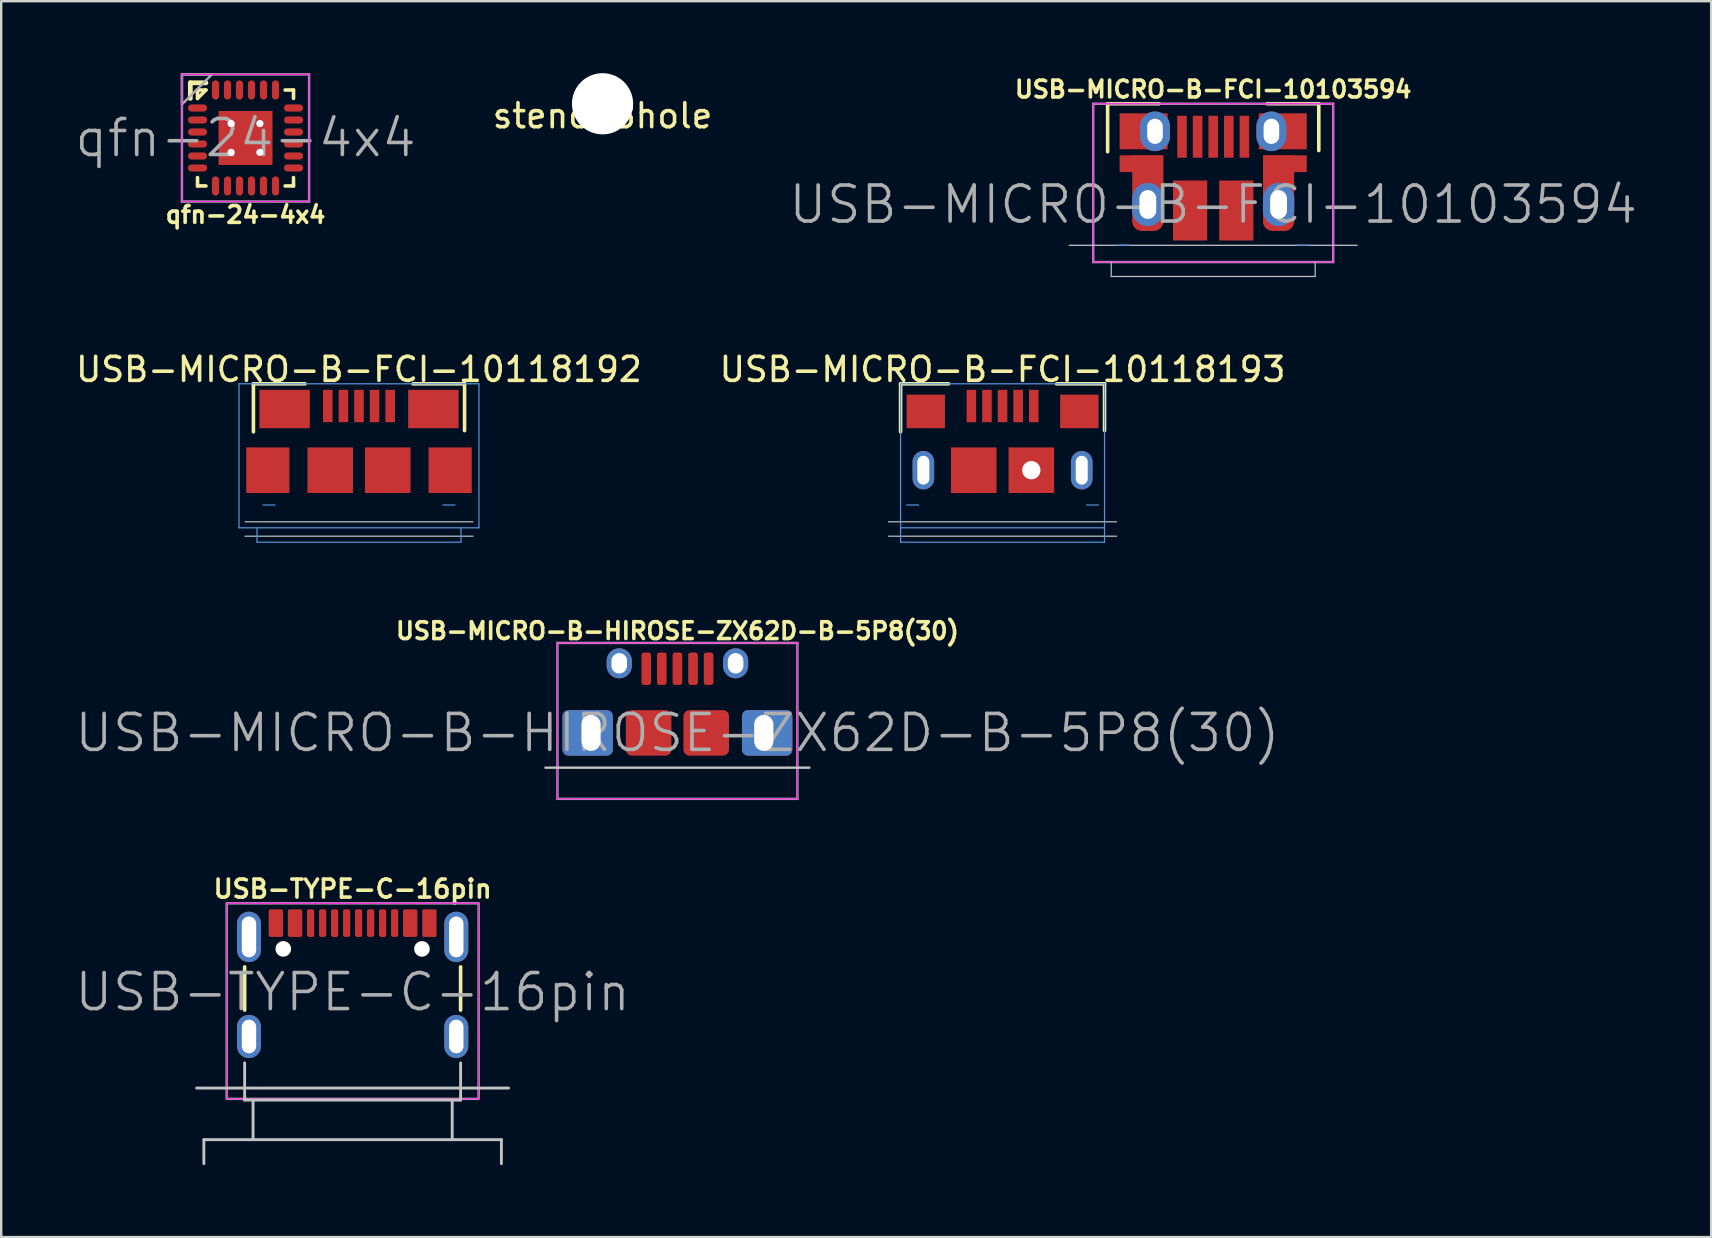
<source format=kicad_pcb>
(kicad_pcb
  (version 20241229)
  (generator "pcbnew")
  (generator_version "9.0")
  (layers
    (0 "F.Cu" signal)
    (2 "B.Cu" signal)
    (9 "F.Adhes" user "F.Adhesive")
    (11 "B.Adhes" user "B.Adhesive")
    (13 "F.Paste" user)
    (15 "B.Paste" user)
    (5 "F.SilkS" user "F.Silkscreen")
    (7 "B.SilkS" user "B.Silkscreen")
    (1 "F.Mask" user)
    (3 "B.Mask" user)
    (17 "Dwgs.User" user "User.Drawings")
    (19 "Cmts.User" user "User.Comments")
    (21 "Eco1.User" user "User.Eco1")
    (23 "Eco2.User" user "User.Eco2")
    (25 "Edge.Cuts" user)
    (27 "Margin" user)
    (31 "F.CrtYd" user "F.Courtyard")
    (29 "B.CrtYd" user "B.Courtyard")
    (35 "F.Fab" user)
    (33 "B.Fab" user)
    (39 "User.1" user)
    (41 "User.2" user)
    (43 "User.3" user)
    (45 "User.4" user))
  (footprint "USB-MICRO-B-FCI-10103594"
    (layer "F.Cu")
    (at 47.511 5.473)
    (property "Reference" "USB-MICRO-B-FCI-10103594" (at 0 -4.8 0) (layer "F.SilkS") (effects (font (size 0.7 0.7) (thickness 0.15))))
    (attr through_hole)
    (fp_line (start -4.4 -4.2) (end -2.25 -4.2) (stroke (width 0.15) (type solid)) (layer "F.SilkS"))
    (fp_line (start -4.4 -2.2) (end -4.4 -4.2) (stroke (width 0.15) (type solid)) (layer "F.SilkS"))
    (fp_line (start 2.25 -4.2) (end 4.4 -4.2) (stroke (width 0.15) (type solid)) (layer "F.SilkS"))
    (fp_line (start 4.4 -4.2) (end 4.4 -2.25) (stroke (width 0.15) (type solid)) (layer "F.SilkS"))
    (fp_line (start -4.25 3) (end -4.25 2.4) (stroke (width 0.05) (type solid)) (layer "Dwgs.User"))
    (fp_line (start 4.25 2.4) (end 4.25 3) (stroke (width 0.05) (type solid)) (layer "Dwgs.User"))
    (fp_line (start 4.25 3) (end -4.25 3) (stroke (width 0.05) (type solid)) (layer "Dwgs.User"))
    (fp_line (start 6 1.7) (end -6 1.7) (stroke (width 0.05) (type solid)) (layer "Dwgs.User"))
    (fp_line (start -4 1.7) (end -3.5 1.7) (stroke (width 0.05) (type solid)) (layer "Cmts.User"))
    (fp_line (start 4 1.7) (end 3.5 1.7) (stroke (width 0.05) (type solid)) (layer "Cmts.User"))
    (fp_line (start -5 -4.2) (end -5 2.4) (stroke (width 0.05) (type solid)) (layer "F.CrtYd"))
    (fp_line (start 5 -4.2) (end -5 -4.2) (stroke (width 0.05) (type solid)) (layer "F.CrtYd"))
    (fp_line (start 5 -4.2) (end 5 2.4) (stroke (width 0.05) (type solid)) (layer "F.CrtYd"))
    (fp_line (start 5 2.4) (end -5 2.4) (stroke (width 0.05) (type solid)) (layer "F.CrtYd"))
    (fp_line (start -5 -4.2) (end 5 -4.2) (stroke (width 0.1) (type solid)) (layer "F.Fab"))
    (fp_line (start -5 2.4) (end -5 -4.2) (stroke (width 0.1) (type solid)) (layer "F.Fab"))
    (fp_line (start 5 -4.2) (end 5 2.4) (stroke (width 0.1) (type solid)) (layer "F.Fab"))
    (fp_line (start 5 2.4) (end -5 2.4) (stroke (width 0.1) (type solid)) (layer "F.Fab"))
    (fp_text user "${REFERENCE}" (at 0 0 0) (layer "F.Fab") (effects (font (size 1.5 1.5) (thickness 0.15))))
    (pad "" smd rect (at -3 -1.7) (size 1.8 0.7) (layers "F.Cu" "F.Mask" "F.Paste"))
    (pad "" smd rect (at -2.725 -0.675) (size 1.3 2.75) (layers "F.Cu" "F.Mask" "F.Paste"))
    (pad "" thru_hole oval (at -2.725 0) (size 1.3 1.8) (drill oval 0.7 1.2) (layers "*.Cu" "*.Mask" "F.Paste"))
    (pad "" smd oval (at -2.725 0.7) (size 1.3 0.8) (layers "F.Cu" "F.Mask" "F.Paste"))
    (pad "" smd rect (at -0.963 0.25) (size 1.425 2.5) (layers "F.Cu" "F.Mask" "F.Paste"))
    (pad "" smd rect (at 0.963 0.25) (size 1.425 2.5) (layers "F.Cu" "F.Mask" "F.Paste"))
    (pad "" smd rect (at 2.725 -0.675) (size 1.3 2.75) (layers "F.Cu" "F.Mask" "F.Paste"))
    (pad "" thru_hole oval (at 2.725 0) (size 1.3 1.8) (drill oval 0.7 1.2) (layers "*.Cu" "*.Mask" "F.Paste"))
    (pad "" smd oval (at 2.725 0.7) (size 1.3 0.8) (layers "F.Cu" "F.Mask" "F.Paste"))
    (pad "" smd rect (at 3 -1.7) (size 1.8 0.7) (layers "F.Cu" "F.Mask" "F.Paste"))
    (pad "1" smd rect (at -1.3 -2.825) (size 0.4 1.75) (layers "F.Cu" "F.Mask" "F.Paste"))
    (pad "2" smd rect (at -0.65 -2.825) (size 0.4 1.75) (layers "F.Cu" "F.Mask" "F.Paste"))
    (pad "3" smd rect (at 0 -2.825) (size 0.4 1.75) (layers "F.Cu" "F.Mask" "F.Paste"))
    (pad "4" smd rect (at 0.65 -2.825) (size 0.4 1.75) (layers "F.Cu" "F.Mask" "F.Paste"))
    (pad "5" smd rect (at 1.3 -2.825) (size 0.4 1.75) (layers "F.Cu" "F.Mask" "F.Paste"))
    (pad "SHIE" smd rect (at -2.9 -3.05) (size 2 1.5) (layers "F.Cu" "F.Mask" "F.Paste"))
    (pad "SHIE" thru_hole oval (at -2.425 -3.05) (size 1.25 1.65) (drill oval 0.65 1.05) (layers "B.Cu" "B.Mask"))
    (pad "SHIE" thru_hole oval (at 2.425 -3.05) (size 1.25 1.65) (drill oval 0.65 1.05) (layers "B.Cu" "B.Mask"))
    (pad "SHIE" smd rect (at 2.9 -3.05) (size 2 1.5) (layers "F.Cu" "F.Mask" "F.Paste")))
  (footprint "USB-MICRO-B-HIROSE-ZX62D-B-5P8(30)"
    (layer "F.Cu")
    (at 25.182 27.494)
    (property "Reference" "USB-MICRO-B-HIROSE-ZX62D-B-5P8(30)" (at 0 -4.25 0) (layer "F.SilkS") (effects (font (size 0.7 0.7) (thickness 0.15))))
    (attr through_hole)
    (fp_line (start -5.5 1.45) (end 5.5 1.45) (stroke (width 0.1) (type solid)) (layer "Dwgs.User"))
    (fp_line (start -5 -3.75) (end 5 -3.75) (stroke (width 0.05) (type solid)) (layer "F.CrtYd"))
    (fp_line (start -5 2.75) (end -5 -3.75) (stroke (width 0.05) (type solid)) (layer "F.CrtYd"))
    (fp_line (start 5 -3.75) (end 5 2.75) (stroke (width 0.05) (type solid)) (layer "F.CrtYd"))
    (fp_line (start 5 2.75) (end -5 2.75) (stroke (width 0.05) (type solid)) (layer "F.CrtYd"))
    (fp_line (start -5 -3.75) (end 5 -3.75) (stroke (width 0.1) (type solid)) (layer "F.Fab"))
    (fp_line (start -5 2.75) (end -5 -3.75) (stroke (width 0.1) (type solid)) (layer "F.Fab"))
    (fp_line (start 5 -3.75) (end 5 2.75) (stroke (width 0.1) (type solid)) (layer "F.Fab"))
    (fp_line (start 5 2.75) (end -5 2.75) (stroke (width 0.1) (type solid)) (layer "F.Fab"))
    (fp_text user "${REFERENCE}" (at 0 0 0) (layer "F.Fab") (effects (font (size 1.5 1.5) (thickness 0.15))))
    (pad "" thru_hole oval (at -2.425 -2.9) (size 1.05 1.25) (drill oval 0.65 0.85) (layers "*.Cu" "*.Mask" "F.Paste"))
    (pad "" thru_hole oval (at 2.425 -2.9) (size 1.05 1.25) (drill oval 0.65 0.85) (layers "*.Cu" "*.Mask" "F.Paste"))
    (pad "1" smd roundrect (at -1.3 -2.675) (size 0.4 1.35) (layers "F.Cu" "F.Mask" "F.Paste") (roundrect_rratio 0.25))
    (pad "2" smd roundrect (at -0.65 -2.675) (size 0.4 1.35) (layers "F.Cu" "F.Mask" "F.Paste") (roundrect_rratio 0.25))
    (pad "3" smd roundrect (at 0 -2.675) (size 0.4 1.35) (layers "F.Cu" "F.Mask" "F.Paste") (roundrect_rratio 0.25))
    (pad "4" smd roundrect (at 0.65 -2.675) (size 0.4 1.35) (layers "F.Cu" "F.Mask" "F.Paste") (roundrect_rratio 0.25))
    (pad "5" smd roundrect (at 1.3 -2.675) (size 0.4 1.35) (layers "F.Cu" "F.Mask" "F.Paste") (roundrect_rratio 0.25))
    (pad "SHIE" thru_hole roundrect (at -3.6 0) (size 2.1 1.9) (drill oval 0.8 1.5 (offset -0.14 0)) (layers "*.Cu" "*.Mask" "F.Paste") (roundrect_rratio 0.132))
    (pad "SHIE" smd roundrect (at -1.2 0) (size 1.9 1.9) (layers "F.Cu" "F.Mask" "F.Paste") (roundrect_rratio 0.132))
    (pad "SHIE" smd roundrect (at 1.2 0) (size 1.9 1.9) (layers "F.Cu" "F.Mask" "F.Paste") (roundrect_rratio 0.132))
    (pad "SHIE" thru_hole roundrect (at 3.6 0 180) (size 2.1 1.9) (drill oval 0.8 1.5 (offset -0.14 0)) (layers "*.Cu" "*.Mask" "F.Paste") (roundrect_rratio 0.132)))
  (footprint "qfn-24-4x4"
    (layer "F.Cu")
    (at 7.182 2.7)
    (property "Reference" "qfn-24-4x4" (at 0 3.2 0) (layer "F.SilkS") (effects (font (size 0.7 0.7) (thickness 0.15))))
    (attr through_hole)
    (fp_line (start -2.3 -1.65) (end -2.3 -2.3) (stroke (width 0.2) (type solid)) (layer "F.SilkS"))
    (fp_line (start -2 -1.65) (end -2 -2) (stroke (width 0.15) (type solid)) (layer "F.SilkS"))
    (fp_line (start -2 -1.65) (end -1.65 -2) (stroke (width 0.15) (type solid)) (layer "F.SilkS"))
    (fp_line (start -2 1.65) (end -2 2) (stroke (width 0.15) (type solid)) (layer "F.SilkS"))
    (fp_line (start -1.65 -2.3) (end -2.3 -2.3) (stroke (width 0.2) (type solid)) (layer "F.SilkS"))
    (fp_line (start -1.65 -2) (end -2 -2) (stroke (width 0.15) (type solid)) (layer "F.SilkS"))
    (fp_line (start -1.65 2) (end -2 2) (stroke (width 0.15) (type solid)) (layer "F.SilkS"))
    (fp_line (start 1.65 -2) (end 2 -2) (stroke (width 0.15) (type solid)) (layer "F.SilkS"))
    (fp_line (start 1.65 2) (end 2 2) (stroke (width 0.15) (type solid)) (layer "F.SilkS"))
    (fp_line (start 2 -1.65) (end 2 -2) (stroke (width 0.15) (type solid)) (layer "F.SilkS"))
    (fp_line (start 2 1.65) (end 2 2) (stroke (width 0.15) (type solid)) (layer "F.SilkS"))
    (fp_line (start -2.65 -2.65) (end -2.65 2.65) (stroke (width 0.05) (type solid)) (layer "F.CrtYd"))
    (fp_line (start -2.65 2.65) (end 2.65 2.65) (stroke (width 0.05) (type solid)) (layer "F.CrtYd"))
    (fp_line (start 2.65 -2.65) (end -2.65 -2.65) (stroke (width 0.05) (type solid)) (layer "F.CrtYd"))
    (fp_line (start 2.65 2.65) (end 2.65 -2.65) (stroke (width 0.05) (type solid)) (layer "F.CrtYd"))
    (fp_line (start -2.65 -2.65) (end -2.65 2.65) (stroke (width 0.1) (type solid)) (layer "F.Fab"))
    (fp_line (start -2.65 2.65) (end 2.65 2.65) (stroke (width 0.1) (type solid)) (layer "F.Fab"))
    (fp_line (start 2.65 -2.65) (end -2.65 -2.65) (stroke (width 0.1) (type solid)) (layer "F.Fab"))
    (fp_line (start 2.65 2.65) (end 2.65 -2.65) (stroke (width 0.1) (type solid)) (layer "F.Fab"))
    (fp_poly (pts (xy -2.65 -2.65) (xy -1.4 -2.65) (xy -2.65 -1.4)) (stroke (width 0.1) (type solid)) (fill no) (layer "F.Fab"))
    (fp_text user "${REFERENCE}" (at 0 0 0) (layer "F.Fab") (effects (font (size 1.5 1.5) (thickness 0.15))))
    (pad "1" smd oval (at -2 -1.25) (size 0.8 0.3) (layers "F.Cu" "F.Mask" "F.Paste"))
    (pad "2" smd oval (at -2 -0.75) (size 0.8 0.3) (layers "F.Cu" "F.Mask" "F.Paste"))
    (pad "3" smd oval (at -2 -0.25) (size 0.8 0.3) (layers "F.Cu" "F.Mask" "F.Paste"))
    (pad "4" smd oval (at -2 0.25) (size 0.8 0.3) (layers "F.Cu" "F.Mask" "F.Paste"))
    (pad "5" smd oval (at -2 0.75) (size 0.8 0.3) (layers "F.Cu" "F.Mask" "F.Paste"))
    (pad "6" smd oval (at -2 1.25) (size 0.8 0.3) (layers "F.Cu" "F.Mask" "F.Paste"))
    (pad "7" smd oval (at -1.25 2 90) (size 0.8 0.3) (layers "F.Cu" "F.Mask" "F.Paste"))
    (pad "8" smd oval (at -0.75 2 90) (size 0.8 0.3) (layers "F.Cu" "F.Mask" "F.Paste"))
    (pad "9" smd oval (at -0.25 2 90) (size 0.8 0.3) (layers "F.Cu" "F.Mask" "F.Paste"))
    (pad "10" smd oval (at 0.25 2 90) (size 0.8 0.3) (layers "F.Cu" "F.Mask" "F.Paste"))
    (pad "11" smd oval (at 0.75 2 90) (size 0.8 0.3) (layers "F.Cu" "F.Mask" "F.Paste"))
    (pad "12" smd oval (at 1.25 2 90) (size 0.8 0.3) (layers "F.Cu" "F.Mask" "F.Paste"))
    (pad "13" smd oval (at 2 1.25) (size 0.8 0.3) (layers "F.Cu" "F.Mask" "F.Paste"))
    (pad "14" smd oval (at 2 0.75) (size 0.8 0.3) (layers "F.Cu" "F.Mask" "F.Paste"))
    (pad "15" smd oval (at 2 0.25) (size 0.8 0.3) (layers "F.Cu" "F.Mask" "F.Paste"))
    (pad "16" smd oval (at 2 -0.25) (size 0.8 0.3) (layers "F.Cu" "F.Mask" "F.Paste"))
    (pad "17" smd oval (at 2 -0.75) (size 0.8 0.3) (layers "F.Cu" "F.Mask" "F.Paste"))
    (pad "18" smd oval (at 2 -1.25) (size 0.8 0.3) (layers "F.Cu" "F.Mask" "F.Paste"))
    (pad "19" smd oval (at 1.25 -2 90) (size 0.8 0.3) (layers "F.Cu" "F.Mask" "F.Paste"))
    (pad "20" smd oval (at 0.75 -2 90) (size 0.8 0.3) (layers "F.Cu" "F.Mask" "F.Paste"))
    (pad "21" smd oval (at 0.25 -2 90) (size 0.8 0.3) (layers "F.Cu" "F.Mask" "F.Paste"))
    (pad "22" smd oval (at -0.25 -2 90) (size 0.8 0.3) (layers "F.Cu" "F.Mask" "F.Paste"))
    (pad "23" smd oval (at -0.75 -2 90) (size 0.8 0.3) (layers "F.Cu" "F.Mask" "F.Paste"))
    (pad "24" smd oval (at -1.25 -2 90) (size 0.8 0.3) (layers "F.Cu" "F.Mask" "F.Paste"))
    (pad "FLAG" thru_hole circle (at -0.6 -0.6) (size 0.3 0.3) (drill 0.3) (layers "*.Cu"))
    (pad "FLAG" thru_hole circle (at -0.6 0.6) (size 0.3 0.3) (drill 0.3) (layers "*.Cu"))
    (pad "FLAG" smd rect (at -0.548 -0.548) (size 0.795 0.795) (layers "F.Cu" "F.Paste"))
    (pad "FLAG" smd rect (at -0.548 0.548) (size 0.795 0.795) (layers "F.Cu" "F.Paste"))
    (pad "FLAG" smd rect (at 0 0) (size 2.25 2.25) (layers "F.Cu" "F.Mask"))
    (pad "FLAG" smd rect (at 0.548 -0.548) (size 0.795 0.795) (layers "F.Cu" "F.Paste"))
    (pad "FLAG" smd rect (at 0.548 0.548) (size 0.795 0.795) (layers "F.Cu" "F.Paste"))
    (pad "FLAG" thru_hole circle (at 0.6 -0.6) (size 0.3 0.3) (drill 0.3) (layers "*.Cu"))
    (pad "FLAG" thru_hole circle (at 0.6 0.6) (size 0.3 0.3) (drill 0.3) (layers "*.Cu")))
  (footprint "stencil8hole"
    (layer "F.Cu")
    (at 22.061 1.275)
    (property "Reference" "stencil8hole" (at 0 0.5 0) (layer "F.SilkS") (effects (font (size 1 1) (thickness 0.15))))
    (attr through_hole)
    (pad "" np_thru_hole circle (at 0 0) (size 2.55 2.55) (drill 2.55) (layers "*.Cu" "*.Paste" "*.Mask")))
  (footprint "USB-MICRO-B-FCI-10118192"
    (layer "F.Cu")
    (at 11.911 16.546)
    (property "Reference" "USB-MICRO-B-FCI-10118192" (at 0 -4.2 0) (layer "F.SilkS") (effects (font (size 1 1) (thickness 0.15))))
    (attr through_hole)
    (fp_line (start -4.4 -3.6) (end -2.25 -3.6) (stroke (width 0.15) (type solid)) (layer "F.SilkS"))
    (fp_line (start -4.4 -1.6) (end -4.4 -3.6) (stroke (width 0.15) (type solid)) (layer "F.SilkS"))
    (fp_line (start 2.25 -3.6) (end 4.4 -3.6) (stroke (width 0.15) (type solid)) (layer "F.SilkS"))
    (fp_line (start 4.4 -3.6) (end 4.4 -1.65) (stroke (width 0.15) (type solid)) (layer "F.SilkS"))
    (fp_line (start 4.75 2.15) (end -4.75 2.15) (stroke (width 0.05) (type solid)) (layer "Dwgs.User"))
    (fp_line (start 4.75 2.75) (end -4.75 2.75) (stroke (width 0.05) (type solid)) (layer "Dwgs.User"))
    (fp_line (start -5 -3.6) (end -5 2.4) (stroke (width 0.05) (type solid)) (layer "Cmts.User"))
    (fp_line (start -4.25 3) (end -4.25 2.4) (stroke (width 0.05) (type solid)) (layer "Cmts.User"))
    (fp_line (start -4 1.45) (end -3.5 1.45) (stroke (width 0.05) (type solid)) (layer "Cmts.User"))
    (fp_line (start 4 1.45) (end 3.5 1.45) (stroke (width 0.05) (type solid)) (layer "Cmts.User"))
    (fp_line (start 4.25 2.4) (end 4.25 3) (stroke (width 0.05) (type solid)) (layer "Cmts.User"))
    (fp_line (start 4.25 3) (end -4.25 3) (stroke (width 0.05) (type solid)) (layer "Cmts.User"))
    (fp_line (start 5 -3.6) (end -5 -3.6) (stroke (width 0.05) (type solid)) (layer "Cmts.User"))
    (fp_line (start 5 -3.6) (end 5 2.4) (stroke (width 0.05) (type solid)) (layer "Cmts.User"))
    (fp_line (start 5 2.4) (end -5 2.4) (stroke (width 0.05) (type solid)) (layer "Cmts.User"))
    (pad "" smd rect (at -3.8 0) (size 1.8 1.9) (layers "F.Cu" "F.Mask" "F.Paste"))
    (pad "" smd rect (at -1.2 0) (size 1.9 1.9) (layers "F.Cu" "F.Mask" "F.Paste"))
    (pad "" smd rect (at 1.2 0) (size 1.9 1.9) (layers "F.Cu" "F.Mask" "F.Paste"))
    (pad "" smd rect (at 3.8 0) (size 1.8 1.9) (layers "F.Cu" "F.Mask" "F.Paste"))
    (pad "1" smd rect (at -1.3 -2.675) (size 0.4 1.35) (layers "F.Cu" "F.Mask" "F.Paste"))
    (pad "2" smd rect (at -0.65 -2.675) (size 0.4 1.35) (layers "F.Cu" "F.Mask" "F.Paste"))
    (pad "3" smd rect (at 0 -2.675) (size 0.4 1.35) (layers "F.Cu" "F.Mask" "F.Paste"))
    (pad "4" smd rect (at 0.65 -2.675) (size 0.4 1.35) (layers "F.Cu" "F.Mask" "F.Paste"))
    (pad "5" smd rect (at 1.3 -2.675) (size 0.4 1.35) (layers "F.Cu" "F.Mask" "F.Paste"))
    (pad "SHIE" smd rect (at -3.1 -2.55) (size 2.1 1.6) (layers "F.Cu" "F.Mask" "F.Paste"))
    (pad "SHIE" smd rect (at 3.1 -2.55) (size 2.1 1.6) (layers "F.Cu" "F.Mask" "F.Paste")))
  (footprint "USB-TYPE-C-16pin"
    (layer "F.Cu")
    (at 11.646 38.296)
    (property "Reference" "USB-TYPE-C-16pin" (at 0 -4.3 0) (unlocked yes) (layer "F.SilkS") (effects (font (size 0.75 0.75) (thickness 0.15))))
    (attr smd)
    (fp_line (start -4.5 -1.05) (end -4.5 0.75) (stroke (width 0.15) (type solid)) (layer "F.SilkS"))
    (fp_line (start 4.5 -1.05) (end 4.5 0.75) (stroke (width 0.15) (type solid)) (layer "F.SilkS"))
    (fp_line (start -6.2 6.15) (end -6.2 7.15) (stroke (width 0.12) (type solid)) (layer "Dwgs.User"))
    (fp_line (start -6.2 6.15) (end 6.2 6.15) (stroke (width 0.12) (type solid)) (layer "Dwgs.User"))
    (fp_line (start -4.5 2.95) (end -4.5 4.5) (stroke (width 0.12) (type solid)) (layer "Dwgs.User"))
    (fp_line (start -4.5 4.5) (end 4.5 4.5) (stroke (width 0.12) (type solid)) (layer "Dwgs.User"))
    (fp_line (start -4.15 4.5) (end -4.15 6.15) (stroke (width 0.12) (type solid)) (layer "Dwgs.User"))
    (fp_line (start 4.15 4.5) (end 4.15 6.15) (stroke (width 0.12) (type solid)) (layer "Dwgs.User"))
    (fp_line (start 4.5 4.5) (end 4.5 2.95) (stroke (width 0.12) (type solid)) (layer "Dwgs.User"))
    (fp_line (start 6.2 6.15) (end 6.2 7.15) (stroke (width 0.12) (type solid)) (layer "Dwgs.User"))
    (fp_line (start 6.5 4) (end -6.5 4) (stroke (width 0.12) (type solid)) (layer "Dwgs.User"))
    (fp_rect (start -5.25 -3.7) (end 5.25 4.45) (stroke (width 0.05) (type solid)) (fill no) (layer "F.CrtYd"))
    (fp_rect (start -5.25 -3.7) (end 5.25 4.45) (stroke (width 0.1) (type solid)) (fill no) (layer "F.Fab"))
    (fp_text user "${REFERENCE}" (at 0 0 0) (unlocked yes) (layer "F.Fab") (effects (font (size 1.5 1.5) (thickness 0.15))))
    (pad "" np_thru_hole circle (at -2.89 -1.8 270) (size 0.65 0.65) (drill 0.65) (layers "*.Cu" "*.Mask"))
    (pad "" np_thru_hole circle (at 2.89 -1.8 90) (size 0.65 0.65) (drill 0.65) (layers "*.Cu" "*.Mask"))
    (pad "A5" smd roundrect (at -1.25 -2.875) (size 0.3 1.15) (layers "F.Cu" "F.Mask" "F.Paste") (roundrect_rratio 0.25))
    (pad "A6" smd roundrect (at -0.25 -2.875) (size 0.3 1.15) (layers "F.Cu" "F.Mask" "F.Paste") (roundrect_rratio 0.25))
    (pad "A7" smd roundrect (at 0.25 -2.875) (size 0.3 1.15) (layers "F.Cu" "F.Mask" "F.Paste") (roundrect_rratio 0.25))
    (pad "A8" smd roundrect (at 1.25 -2.875) (size 0.3 1.15) (layers "F.Cu" "F.Mask" "F.Paste") (roundrect_rratio 0.25))
    (pad "B5" smd roundrect (at 1.75 -2.875) (size 0.3 1.15) (layers "F.Cu" "F.Mask" "F.Paste") (roundrect_rratio 0.25))
    (pad "B6" smd roundrect (at 0.75 -2.875) (size 0.3 1.15) (layers "F.Cu" "F.Mask" "F.Paste") (roundrect_rratio 0.25))
    (pad "B7" smd roundrect (at -0.75 -2.875) (size 0.3 1.15) (layers "F.Cu" "F.Mask" "F.Paste") (roundrect_rratio 0.25))
    (pad "B8" smd roundrect (at -1.75 -2.875) (size 0.3 1.15) (layers "F.Cu" "F.Mask" "F.Paste") (roundrect_rratio 0.25))
    (pad "GND" smd roundrect (at -3.2 -2.875) (size 0.6 1.15) (layers "F.Cu" "F.Mask" "F.Paste") (roundrect_rratio 0.125))
    (pad "GND" smd roundrect (at 3.2 -2.875) (size 0.6 1.15) (layers "F.Cu" "F.Mask" "F.Paste") (roundrect_rratio 0.108))
    (pad "SHIE" thru_hole oval (at -4.32 -2.3 270) (size 2.1 1) (drill oval 1.7 0.6) (layers "*.Cu" "*.Mask" "F.Paste") (remove_unused_layers yes) (keep_end_layers yes) (zone_layer_connections))
    (pad "SHIE" thru_hole oval (at -4.32 1.85 270) (size 1.8 1) (drill oval 1.4 0.6) (layers "*.Cu" "*.Mask" "F.Paste") (remove_unused_layers yes) (keep_end_layers yes) (zone_layer_connections))
    (pad "SHIE" thru_hole oval (at 4.32 -2.3 90) (size 2.1 1) (drill oval 1.7 0.6) (layers "*.Cu" "*.Mask" "F.Paste") (remove_unused_layers yes) (keep_end_layers yes) (zone_layer_connections))
    (pad "SHIE" thru_hole oval (at 4.32 1.85 90) (size 1.8 1) (drill oval 1.4 0.6) (layers "*.Cu" "*.Mask" "F.Paste") (remove_unused_layers yes) (keep_end_layers yes) (zone_layer_connections))
    (pad "VBUS" smd roundrect (at -2.4 -2.875) (size 0.6 1.15) (layers "F.Cu" "F.Mask" "F.Paste") (roundrect_rratio 0.125))
    (pad "VBUS" smd roundrect (at 2.4 -2.875) (size 0.6 1.15) (layers "F.Cu" "F.Mask" "F.Paste") (roundrect_rratio 0.125)))
  (footprint "USB-MICRO-B-FCI-10118193"
    (layer "F.Cu")
    (at 38.732 16.546)
    (property "Reference" "USB-MICRO-B-FCI-10118193" (at 0 -4.2 0) (layer "F.SilkS") (effects (font (size 1 1) (thickness 0.15))))
    (attr through_hole)
    (fp_line (start -4.25 -3.6) (end -2.25 -3.6) (stroke (width 0.15) (type solid)) (layer "F.SilkS"))
    (fp_line (start -4.25 -1.6) (end -4.25 -3.6) (stroke (width 0.15) (type solid)) (layer "F.SilkS"))
    (fp_line (start 2.25 -3.6) (end 4.25 -3.6) (stroke (width 0.15) (type solid)) (layer "F.SilkS"))
    (fp_line (start 4.25 -3.6) (end 4.25 -1.65) (stroke (width 0.15) (type solid)) (layer "F.SilkS"))
    (fp_line (start 4.75 2.15) (end -4.75 2.15) (stroke (width 0.05) (type solid)) (layer "Dwgs.User"))
    (fp_line (start 4.75 2.75) (end -4.75 2.75) (stroke (width 0.05) (type solid)) (layer "Dwgs.User"))
    (fp_line (start -4.25 -3.6) (end -4.25 2.4) (stroke (width 0.05) (type solid)) (layer "Cmts.User"))
    (fp_line (start -4.25 3) (end -4.25 2.4) (stroke (width 0.05) (type solid)) (layer "Cmts.User"))
    (fp_line (start -4 1.45) (end -3.5 1.45) (stroke (width 0.05) (type solid)) (layer "Cmts.User"))
    (fp_line (start 4 1.45) (end 3.5 1.45) (stroke (width 0.05) (type solid)) (layer "Cmts.User"))
    (fp_line (start 4.25 -3.6) (end -4.25 -3.6) (stroke (width 0.05) (type solid)) (layer "Cmts.User"))
    (fp_line (start 4.25 -3.6) (end 4.25 2.4) (stroke (width 0.05) (type solid)) (layer "Cmts.User"))
    (fp_line (start 4.25 2.4) (end -4.25 2.4) (stroke (width 0.05) (type solid)) (layer "Cmts.User"))
    (fp_line (start 4.25 2.4) (end 4.25 3) (stroke (width 0.05) (type solid)) (layer "Cmts.User"))
    (fp_line (start 4.25 3) (end -4.25 3) (stroke (width 0.05) (type solid)) (layer "Cmts.User"))
    (pad "" thru_hole oval (at -3.3 0) (size 0.9 1.6) (drill oval 0.5 1.2) (layers "*.Cu" "*.Paste" "*.Mask"))
    (pad "" connect rect (at -1.2 0) (size 1.9 1.9) (layers "F.Cu" "F.Mask" "F.Paste"))
    (pad "" np_thru_hole rect (at 1.2 0) (size 1.9 1.9) (drill 0.762) (layers "F.Cu" "F.Mask" "F.Paste"))
    (pad "" thru_hole oval (at 3.3 0) (size 0.9 1.6) (drill oval 0.5 1.2) (layers "*.Cu" "*.Paste" "*.Mask"))
    (pad "1" smd rect (at -1.3 -2.675) (size 0.4 1.35) (layers "F.Cu" "F.Mask" "F.Paste"))
    (pad "2" smd rect (at -0.65 -2.675) (size 0.4 1.35) (layers "F.Cu" "F.Mask" "F.Paste"))
    (pad "3" smd rect (at 0 -2.675) (size 0.4 1.35) (layers "F.Cu" "F.Mask" "F.Paste"))
    (pad "4" smd rect (at 0.65 -2.675) (size 0.4 1.35) (layers "F.Cu" "F.Mask" "F.Paste"))
    (pad "5" smd rect (at 1.3 -2.675) (size 0.4 1.35) (layers "F.Cu" "F.Mask" "F.Paste"))
    (pad "SHIE" smd rect (at -3.2 -2.45) (size 1.6 1.4) (layers "F.Cu" "F.Mask" "F.Paste"))
    (pad "SHIE" smd rect (at 3.2 -2.45) (size 1.6 1.4) (layers "F.Cu" "F.Mask" "F.Paste")))
  (gr_rect
    (start -3 -3)
    (end 68.264 48.506)
    (stroke (width 0.1) (type default))
    (fill no)
    (layer "Edge.Cuts")))
</source>
